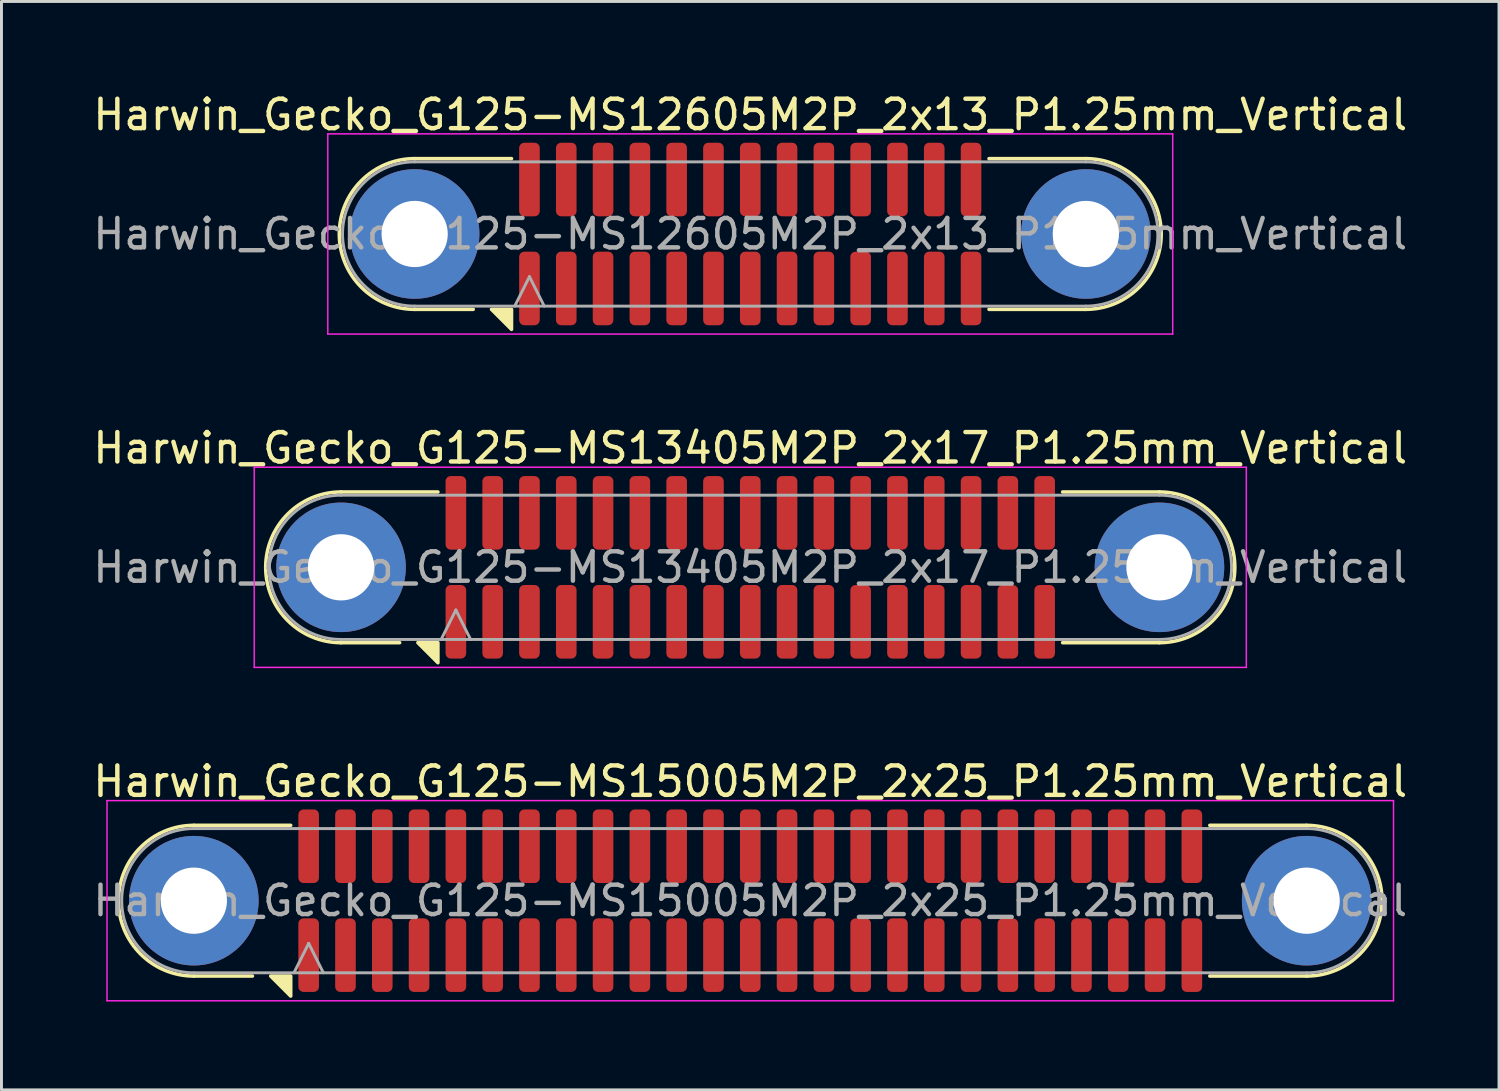
<source format=kicad_pcb>
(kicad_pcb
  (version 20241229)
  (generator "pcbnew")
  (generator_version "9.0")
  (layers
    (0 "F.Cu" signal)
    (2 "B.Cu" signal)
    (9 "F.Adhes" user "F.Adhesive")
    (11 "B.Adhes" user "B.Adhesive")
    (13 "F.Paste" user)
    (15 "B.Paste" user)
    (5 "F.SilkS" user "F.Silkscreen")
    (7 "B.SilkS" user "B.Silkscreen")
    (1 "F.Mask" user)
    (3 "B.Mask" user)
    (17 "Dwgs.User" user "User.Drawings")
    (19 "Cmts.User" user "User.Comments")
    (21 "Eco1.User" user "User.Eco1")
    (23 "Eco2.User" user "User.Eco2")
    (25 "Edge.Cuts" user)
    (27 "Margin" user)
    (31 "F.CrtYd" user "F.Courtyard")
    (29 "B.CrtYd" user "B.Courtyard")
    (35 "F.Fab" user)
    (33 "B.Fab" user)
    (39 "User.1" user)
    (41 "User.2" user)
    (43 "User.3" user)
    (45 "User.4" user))
  (footprint "Harwin_Gecko_G125-MS13405M2P_2x17_P1.25mm_Vertical"
    (layer "F.Cu")
    (at 22.435 16.221)
    (property "Reference" "Harwin_Gecko_G125-MS13405M2P_2x17_P1.25mm_Vertical" (at 0 -4.05 0) (layer "F.SilkS") (effects (font (size 1 1) (thickness 0.15))))
    (attr smd)
    (fp_line (start -11.91 2.56) (end -13.9 2.56) (stroke (width 0.12) (type solid)) (layer "F.SilkS"))
    (fp_line (start -10.61 -2.56) (end -13.9 -2.56) (stroke (width 0.12) (type solid)) (layer "F.SilkS"))
    (fp_line (start 10.61 -2.56) (end 13.9 -2.56) (stroke (width 0.12) (type solid)) (layer "F.SilkS"))
    (fp_line (start 10.61 2.56) (end 13.9 2.56) (stroke (width 0.12) (type solid)) (layer "F.SilkS"))
    (fp_arc (start -13.9 2.56) (mid -16.46 0) (end -13.9 -2.56) (stroke (width 0.12) (type solid)) (layer "F.SilkS"))
    (fp_arc (start 13.9 -2.56) (mid 16.46 0) (end 13.9 2.56) (stroke (width 0.12) (type solid)) (layer "F.SilkS"))
    (fp_poly (pts (xy -10.61 2.56) (xy -10.61 3.24) (xy -11.29 2.56)) (stroke (width 0.12) (type solid)) (fill yes) (layer "F.SilkS"))
    (fp_line (start -16.85 -3.4) (end -16.85 3.4) (stroke (width 0.05) (type solid)) (layer "F.CrtYd"))
    (fp_line (start -16.85 3.4) (end 16.85 3.4) (stroke (width 0.05) (type solid)) (layer "F.CrtYd"))
    (fp_line (start 16.85 -3.4) (end -16.85 -3.4) (stroke (width 0.05) (type solid)) (layer "F.CrtYd"))
    (fp_line (start 16.85 3.4) (end 16.85 -3.4) (stroke (width 0.05) (type solid)) (layer "F.CrtYd"))
    (fp_line (start -13.9 -2.45) (end 13.9 -2.45) (stroke (width 0.1) (type solid)) (layer "F.Fab"))
    (fp_line (start -13.9 2.45) (end 13.9 2.45) (stroke (width 0.1) (type solid)) (layer "F.Fab"))
    (fp_line (start -10.5 2.45) (end -10 1.45) (stroke (width 0.1) (type solid)) (layer "F.Fab"))
    (fp_line (start -10 1.45) (end -9.5 2.45) (stroke (width 0.1) (type solid)) (layer "F.Fab"))
    (fp_arc (start -13.9 2.45) (mid -16.35 0) (end -13.9 -2.45) (stroke (width 0.1) (type solid)) (layer "F.Fab"))
    (fp_arc (start 13.9 -2.45) (mid 16.35 0) (end 13.9 2.45) (stroke (width 0.1) (type solid)) (layer "F.Fab"))
    (fp_text user "${REFERENCE}" (at 0 0 0) (layer "F.Fab") (effects (font (size 1 1) (thickness 0.15))))
    (pad "1" smd roundrect (at -10 1.85) (size 0.7 2.5) (layers "F.Cu" "F.Mask" "F.Paste") (roundrect_rratio 0.25))
    (pad "2" smd roundrect (at -8.75 1.85) (size 0.7 2.5) (layers "F.Cu" "F.Mask" "F.Paste") (roundrect_rratio 0.25))
    (pad "3" smd roundrect (at -7.5 1.85) (size 0.7 2.5) (layers "F.Cu" "F.Mask" "F.Paste") (roundrect_rratio 0.25))
    (pad "4" smd roundrect (at -6.25 1.85) (size 0.7 2.5) (layers "F.Cu" "F.Mask" "F.Paste") (roundrect_rratio 0.25))
    (pad "5" smd roundrect (at -5 1.85) (size 0.7 2.5) (layers "F.Cu" "F.Mask" "F.Paste") (roundrect_rratio 0.25))
    (pad "6" smd roundrect (at -3.75 1.85) (size 0.7 2.5) (layers "F.Cu" "F.Mask" "F.Paste") (roundrect_rratio 0.25))
    (pad "7" smd roundrect (at -2.5 1.85) (size 0.7 2.5) (layers "F.Cu" "F.Mask" "F.Paste") (roundrect_rratio 0.25))
    (pad "8" smd roundrect (at -1.25 1.85) (size 0.7 2.5) (layers "F.Cu" "F.Mask" "F.Paste") (roundrect_rratio 0.25))
    (pad "9" smd roundrect (at 0 1.85) (size 0.7 2.5) (layers "F.Cu" "F.Mask" "F.Paste") (roundrect_rratio 0.25))
    (pad "10" smd roundrect (at 1.25 1.85) (size 0.7 2.5) (layers "F.Cu" "F.Mask" "F.Paste") (roundrect_rratio 0.25))
    (pad "11" smd roundrect (at 2.5 1.85) (size 0.7 2.5) (layers "F.Cu" "F.Mask" "F.Paste") (roundrect_rratio 0.25))
    (pad "12" smd roundrect (at 3.75 1.85) (size 0.7 2.5) (layers "F.Cu" "F.Mask" "F.Paste") (roundrect_rratio 0.25))
    (pad "13" smd roundrect (at 5 1.85) (size 0.7 2.5) (layers "F.Cu" "F.Mask" "F.Paste") (roundrect_rratio 0.25))
    (pad "14" smd roundrect (at 6.25 1.85) (size 0.7 2.5) (layers "F.Cu" "F.Mask" "F.Paste") (roundrect_rratio 0.25))
    (pad "15" smd roundrect (at 7.5 1.85) (size 0.7 2.5) (layers "F.Cu" "F.Mask" "F.Paste") (roundrect_rratio 0.25))
    (pad "16" smd roundrect (at 8.75 1.85) (size 0.7 2.5) (layers "F.Cu" "F.Mask" "F.Paste") (roundrect_rratio 0.25))
    (pad "17" smd roundrect (at 10 1.85) (size 0.7 2.5) (layers "F.Cu" "F.Mask" "F.Paste") (roundrect_rratio 0.25))
    (pad "18" smd roundrect (at -10 -1.85) (size 0.7 2.5) (layers "F.Cu" "F.Mask" "F.Paste") (roundrect_rratio 0.25))
    (pad "19" smd roundrect (at -8.75 -1.85) (size 0.7 2.5) (layers "F.Cu" "F.Mask" "F.Paste") (roundrect_rratio 0.25))
    (pad "20" smd roundrect (at -7.5 -1.85) (size 0.7 2.5) (layers "F.Cu" "F.Mask" "F.Paste") (roundrect_rratio 0.25))
    (pad "21" smd roundrect (at -6.25 -1.85) (size 0.7 2.5) (layers "F.Cu" "F.Mask" "F.Paste") (roundrect_rratio 0.25))
    (pad "22" smd roundrect (at -5 -1.85) (size 0.7 2.5) (layers "F.Cu" "F.Mask" "F.Paste") (roundrect_rratio 0.25))
    (pad "23" smd roundrect (at -3.75 -1.85) (size 0.7 2.5) (layers "F.Cu" "F.Mask" "F.Paste") (roundrect_rratio 0.25))
    (pad "24" smd roundrect (at -2.5 -1.85) (size 0.7 2.5) (layers "F.Cu" "F.Mask" "F.Paste") (roundrect_rratio 0.25))
    (pad "25" smd roundrect (at -1.25 -1.85) (size 0.7 2.5) (layers "F.Cu" "F.Mask" "F.Paste") (roundrect_rratio 0.25))
    (pad "26" smd roundrect (at 0 -1.85) (size 0.7 2.5) (layers "F.Cu" "F.Mask" "F.Paste") (roundrect_rratio 0.25))
    (pad "27" smd roundrect (at 1.25 -1.85) (size 0.7 2.5) (layers "F.Cu" "F.Mask" "F.Paste") (roundrect_rratio 0.25))
    (pad "28" smd roundrect (at 2.5 -1.85) (size 0.7 2.5) (layers "F.Cu" "F.Mask" "F.Paste") (roundrect_rratio 0.25))
    (pad "29" smd roundrect (at 3.75 -1.85) (size 0.7 2.5) (layers "F.Cu" "F.Mask" "F.Paste") (roundrect_rratio 0.25))
    (pad "30" smd roundrect (at 5 -1.85) (size 0.7 2.5) (layers "F.Cu" "F.Mask" "F.Paste") (roundrect_rratio 0.25))
    (pad "31" smd roundrect (at 6.25 -1.85) (size 0.7 2.5) (layers "F.Cu" "F.Mask" "F.Paste") (roundrect_rratio 0.25))
    (pad "32" smd roundrect (at 7.5 -1.85) (size 0.7 2.5) (layers "F.Cu" "F.Mask" "F.Paste") (roundrect_rratio 0.25))
    (pad "33" smd roundrect (at 8.75 -1.85) (size 0.7 2.5) (layers "F.Cu" "F.Mask" "F.Paste") (roundrect_rratio 0.25))
    (pad "34" smd roundrect (at 10 -1.85) (size 0.7 2.5) (layers "F.Cu" "F.Mask" "F.Paste") (roundrect_rratio 0.25))
    (pad "MP" thru_hole circle (at -13.9 0) (size 4.4 4.4) (drill 2.25) (layers "*.Cu" "*.Mask"))
    (pad "MP" thru_hole circle (at 13.9 0) (size 4.4 4.4) (drill 2.25) (layers "*.Cu" "*.Mask")))
  (footprint "Harwin_Gecko_G125-MS15005M2P_2x25_P1.25mm_Vertical"
    (layer "F.Cu")
    (at 22.435 27.545)
    (property "Reference" "Harwin_Gecko_G125-MS15005M2P_2x25_P1.25mm_Vertical" (at 0 -4.05 0) (layer "F.SilkS") (effects (font (size 1 1) (thickness 0.15))))
    (attr smd)
    (fp_line (start -16.91 2.56) (end -18.9 2.56) (stroke (width 0.12) (type solid)) (layer "F.SilkS"))
    (fp_line (start -15.61 -2.56) (end -18.9 -2.56) (stroke (width 0.12) (type solid)) (layer "F.SilkS"))
    (fp_line (start 15.61 -2.56) (end 18.9 -2.56) (stroke (width 0.12) (type solid)) (layer "F.SilkS"))
    (fp_line (start 15.61 2.56) (end 18.9 2.56) (stroke (width 0.12) (type solid)) (layer "F.SilkS"))
    (fp_arc (start -18.9 2.56) (mid -21.46 0) (end -18.9 -2.56) (stroke (width 0.12) (type solid)) (layer "F.SilkS"))
    (fp_arc (start 18.9 -2.56) (mid 21.46 0) (end 18.9 2.56) (stroke (width 0.12) (type solid)) (layer "F.SilkS"))
    (fp_poly (pts (xy -15.61 2.56) (xy -15.61 3.24) (xy -16.29 2.56)) (stroke (width 0.12) (type solid)) (fill yes) (layer "F.SilkS"))
    (fp_line (start -21.85 -3.4) (end -21.85 3.4) (stroke (width 0.05) (type solid)) (layer "F.CrtYd"))
    (fp_line (start -21.85 3.4) (end 21.85 3.4) (stroke (width 0.05) (type solid)) (layer "F.CrtYd"))
    (fp_line (start 21.85 -3.4) (end -21.85 -3.4) (stroke (width 0.05) (type solid)) (layer "F.CrtYd"))
    (fp_line (start 21.85 3.4) (end 21.85 -3.4) (stroke (width 0.05) (type solid)) (layer "F.CrtYd"))
    (fp_line (start -18.9 -2.45) (end 18.9 -2.45) (stroke (width 0.1) (type solid)) (layer "F.Fab"))
    (fp_line (start -18.9 2.45) (end 18.9 2.45) (stroke (width 0.1) (type solid)) (layer "F.Fab"))
    (fp_line (start -15.5 2.45) (end -15 1.45) (stroke (width 0.1) (type solid)) (layer "F.Fab"))
    (fp_line (start -15 1.45) (end -14.5 2.45) (stroke (width 0.1) (type solid)) (layer "F.Fab"))
    (fp_arc (start -18.9 2.45) (mid -21.35 0) (end -18.9 -2.45) (stroke (width 0.1) (type solid)) (layer "F.Fab"))
    (fp_arc (start 18.9 -2.45) (mid 21.35 0) (end 18.9 2.45) (stroke (width 0.1) (type solid)) (layer "F.Fab"))
    (fp_text user "${REFERENCE}" (at 0 0 0) (layer "F.Fab") (effects (font (size 1 1) (thickness 0.15))))
    (pad "1" smd roundrect (at -15 1.85) (size 0.7 2.5) (layers "F.Cu" "F.Mask" "F.Paste") (roundrect_rratio 0.25))
    (pad "2" smd roundrect (at -13.75 1.85) (size 0.7 2.5) (layers "F.Cu" "F.Mask" "F.Paste") (roundrect_rratio 0.25))
    (pad "3" smd roundrect (at -12.5 1.85) (size 0.7 2.5) (layers "F.Cu" "F.Mask" "F.Paste") (roundrect_rratio 0.25))
    (pad "4" smd roundrect (at -11.25 1.85) (size 0.7 2.5) (layers "F.Cu" "F.Mask" "F.Paste") (roundrect_rratio 0.25))
    (pad "5" smd roundrect (at -10 1.85) (size 0.7 2.5) (layers "F.Cu" "F.Mask" "F.Paste") (roundrect_rratio 0.25))
    (pad "6" smd roundrect (at -8.75 1.85) (size 0.7 2.5) (layers "F.Cu" "F.Mask" "F.Paste") (roundrect_rratio 0.25))
    (pad "7" smd roundrect (at -7.5 1.85) (size 0.7 2.5) (layers "F.Cu" "F.Mask" "F.Paste") (roundrect_rratio 0.25))
    (pad "8" smd roundrect (at -6.25 1.85) (size 0.7 2.5) (layers "F.Cu" "F.Mask" "F.Paste") (roundrect_rratio 0.25))
    (pad "9" smd roundrect (at -5 1.85) (size 0.7 2.5) (layers "F.Cu" "F.Mask" "F.Paste") (roundrect_rratio 0.25))
    (pad "10" smd roundrect (at -3.75 1.85) (size 0.7 2.5) (layers "F.Cu" "F.Mask" "F.Paste") (roundrect_rratio 0.25))
    (pad "11" smd roundrect (at -2.5 1.85) (size 0.7 2.5) (layers "F.Cu" "F.Mask" "F.Paste") (roundrect_rratio 0.25))
    (pad "12" smd roundrect (at -1.25 1.85) (size 0.7 2.5) (layers "F.Cu" "F.Mask" "F.Paste") (roundrect_rratio 0.25))
    (pad "13" smd roundrect (at 0 1.85) (size 0.7 2.5) (layers "F.Cu" "F.Mask" "F.Paste") (roundrect_rratio 0.25))
    (pad "14" smd roundrect (at 1.25 1.85) (size 0.7 2.5) (layers "F.Cu" "F.Mask" "F.Paste") (roundrect_rratio 0.25))
    (pad "15" smd roundrect (at 2.5 1.85) (size 0.7 2.5) (layers "F.Cu" "F.Mask" "F.Paste") (roundrect_rratio 0.25))
    (pad "16" smd roundrect (at 3.75 1.85) (size 0.7 2.5) (layers "F.Cu" "F.Mask" "F.Paste") (roundrect_rratio 0.25))
    (pad "17" smd roundrect (at 5 1.85) (size 0.7 2.5) (layers "F.Cu" "F.Mask" "F.Paste") (roundrect_rratio 0.25))
    (pad "18" smd roundrect (at 6.25 1.85) (size 0.7 2.5) (layers "F.Cu" "F.Mask" "F.Paste") (roundrect_rratio 0.25))
    (pad "19" smd roundrect (at 7.5 1.85) (size 0.7 2.5) (layers "F.Cu" "F.Mask" "F.Paste") (roundrect_rratio 0.25))
    (pad "20" smd roundrect (at 8.75 1.85) (size 0.7 2.5) (layers "F.Cu" "F.Mask" "F.Paste") (roundrect_rratio 0.25))
    (pad "21" smd roundrect (at 10 1.85) (size 0.7 2.5) (layers "F.Cu" "F.Mask" "F.Paste") (roundrect_rratio 0.25))
    (pad "22" smd roundrect (at 11.25 1.85) (size 0.7 2.5) (layers "F.Cu" "F.Mask" "F.Paste") (roundrect_rratio 0.25))
    (pad "23" smd roundrect (at 12.5 1.85) (size 0.7 2.5) (layers "F.Cu" "F.Mask" "F.Paste") (roundrect_rratio 0.25))
    (pad "24" smd roundrect (at 13.75 1.85) (size 0.7 2.5) (layers "F.Cu" "F.Mask" "F.Paste") (roundrect_rratio 0.25))
    (pad "25" smd roundrect (at 15 1.85) (size 0.7 2.5) (layers "F.Cu" "F.Mask" "F.Paste") (roundrect_rratio 0.25))
    (pad "26" smd roundrect (at -15 -1.85) (size 0.7 2.5) (layers "F.Cu" "F.Mask" "F.Paste") (roundrect_rratio 0.25))
    (pad "27" smd roundrect (at -13.75 -1.85) (size 0.7 2.5) (layers "F.Cu" "F.Mask" "F.Paste") (roundrect_rratio 0.25))
    (pad "28" smd roundrect (at -12.5 -1.85) (size 0.7 2.5) (layers "F.Cu" "F.Mask" "F.Paste") (roundrect_rratio 0.25))
    (pad "29" smd roundrect (at -11.25 -1.85) (size 0.7 2.5) (layers "F.Cu" "F.Mask" "F.Paste") (roundrect_rratio 0.25))
    (pad "30" smd roundrect (at -10 -1.85) (size 0.7 2.5) (layers "F.Cu" "F.Mask" "F.Paste") (roundrect_rratio 0.25))
    (pad "31" smd roundrect (at -8.75 -1.85) (size 0.7 2.5) (layers "F.Cu" "F.Mask" "F.Paste") (roundrect_rratio 0.25))
    (pad "32" smd roundrect (at -7.5 -1.85) (size 0.7 2.5) (layers "F.Cu" "F.Mask" "F.Paste") (roundrect_rratio 0.25))
    (pad "33" smd roundrect (at -6.25 -1.85) (size 0.7 2.5) (layers "F.Cu" "F.Mask" "F.Paste") (roundrect_rratio 0.25))
    (pad "34" smd roundrect (at -5 -1.85) (size 0.7 2.5) (layers "F.Cu" "F.Mask" "F.Paste") (roundrect_rratio 0.25))
    (pad "35" smd roundrect (at -3.75 -1.85) (size 0.7 2.5) (layers "F.Cu" "F.Mask" "F.Paste") (roundrect_rratio 0.25))
    (pad "36" smd roundrect (at -2.5 -1.85) (size 0.7 2.5) (layers "F.Cu" "F.Mask" "F.Paste") (roundrect_rratio 0.25))
    (pad "37" smd roundrect (at -1.25 -1.85) (size 0.7 2.5) (layers "F.Cu" "F.Mask" "F.Paste") (roundrect_rratio 0.25))
    (pad "38" smd roundrect (at 0 -1.85) (size 0.7 2.5) (layers "F.Cu" "F.Mask" "F.Paste") (roundrect_rratio 0.25))
    (pad "39" smd roundrect (at 1.25 -1.85) (size 0.7 2.5) (layers "F.Cu" "F.Mask" "F.Paste") (roundrect_rratio 0.25))
    (pad "40" smd roundrect (at 2.5 -1.85) (size 0.7 2.5) (layers "F.Cu" "F.Mask" "F.Paste") (roundrect_rratio 0.25))
    (pad "41" smd roundrect (at 3.75 -1.85) (size 0.7 2.5) (layers "F.Cu" "F.Mask" "F.Paste") (roundrect_rratio 0.25))
    (pad "42" smd roundrect (at 5 -1.85) (size 0.7 2.5) (layers "F.Cu" "F.Mask" "F.Paste") (roundrect_rratio 0.25))
    (pad "43" smd roundrect (at 6.25 -1.85) (size 0.7 2.5) (layers "F.Cu" "F.Mask" "F.Paste") (roundrect_rratio 0.25))
    (pad "44" smd roundrect (at 7.5 -1.85) (size 0.7 2.5) (layers "F.Cu" "F.Mask" "F.Paste") (roundrect_rratio 0.25))
    (pad "45" smd roundrect (at 8.75 -1.85) (size 0.7 2.5) (layers "F.Cu" "F.Mask" "F.Paste") (roundrect_rratio 0.25))
    (pad "46" smd roundrect (at 10 -1.85) (size 0.7 2.5) (layers "F.Cu" "F.Mask" "F.Paste") (roundrect_rratio 0.25))
    (pad "47" smd roundrect (at 11.25 -1.85) (size 0.7 2.5) (layers "F.Cu" "F.Mask" "F.Paste") (roundrect_rratio 0.25))
    (pad "48" smd roundrect (at 12.5 -1.85) (size 0.7 2.5) (layers "F.Cu" "F.Mask" "F.Paste") (roundrect_rratio 0.25))
    (pad "49" smd roundrect (at 13.75 -1.85) (size 0.7 2.5) (layers "F.Cu" "F.Mask" "F.Paste") (roundrect_rratio 0.25))
    (pad "50" smd roundrect (at 15 -1.85) (size 0.7 2.5) (layers "F.Cu" "F.Mask" "F.Paste") (roundrect_rratio 0.25))
    (pad "MP" thru_hole circle (at -18.9 0) (size 4.4 4.4) (drill 2.25) (layers "*.Cu" "*.Mask"))
    (pad "MP" thru_hole circle (at 18.9 0) (size 4.4 4.4) (drill 2.25) (layers "*.Cu" "*.Mask")))
  (footprint "Harwin_Gecko_G125-MS12605M2P_2x13_P1.25mm_Vertical"
    (layer "F.Cu")
    (at 22.435 4.898)
    (property "Reference" "Harwin_Gecko_G125-MS12605M2P_2x13_P1.25mm_Vertical" (at 0 -4.05 0) (layer "F.SilkS") (effects (font (size 1 1) (thickness 0.15))))
    (attr smd)
    (fp_line (start -9.41 2.56) (end -11.4 2.56) (stroke (width 0.12) (type solid)) (layer "F.SilkS"))
    (fp_line (start -8.11 -2.56) (end -11.4 -2.56) (stroke (width 0.12) (type solid)) (layer "F.SilkS"))
    (fp_line (start 8.11 -2.56) (end 11.4 -2.56) (stroke (width 0.12) (type solid)) (layer "F.SilkS"))
    (fp_line (start 8.11 2.56) (end 11.4 2.56) (stroke (width 0.12) (type solid)) (layer "F.SilkS"))
    (fp_arc (start -11.4 2.56) (mid -13.96 0) (end -11.4 -2.56) (stroke (width 0.12) (type solid)) (layer "F.SilkS"))
    (fp_arc (start 11.4 -2.56) (mid 13.96 0) (end 11.4 2.56) (stroke (width 0.12) (type solid)) (layer "F.SilkS"))
    (fp_poly (pts (xy -8.11 2.56) (xy -8.11 3.24) (xy -8.79 2.56)) (stroke (width 0.12) (type solid)) (fill yes) (layer "F.SilkS"))
    (fp_line (start -14.35 -3.4) (end -14.35 3.4) (stroke (width 0.05) (type solid)) (layer "F.CrtYd"))
    (fp_line (start -14.35 3.4) (end 14.35 3.4) (stroke (width 0.05) (type solid)) (layer "F.CrtYd"))
    (fp_line (start 14.35 -3.4) (end -14.35 -3.4) (stroke (width 0.05) (type solid)) (layer "F.CrtYd"))
    (fp_line (start 14.35 3.4) (end 14.35 -3.4) (stroke (width 0.05) (type solid)) (layer "F.CrtYd"))
    (fp_line (start -11.4 -2.45) (end 11.4 -2.45) (stroke (width 0.1) (type solid)) (layer "F.Fab"))
    (fp_line (start -11.4 2.45) (end 11.4 2.45) (stroke (width 0.1) (type solid)) (layer "F.Fab"))
    (fp_line (start -8 2.45) (end -7.5 1.45) (stroke (width 0.1) (type solid)) (layer "F.Fab"))
    (fp_line (start -7.5 1.45) (end -7 2.45) (stroke (width 0.1) (type solid)) (layer "F.Fab"))
    (fp_arc (start -11.4 2.45) (mid -13.85 0) (end -11.4 -2.45) (stroke (width 0.1) (type solid)) (layer "F.Fab"))
    (fp_arc (start 11.4 -2.45) (mid 13.85 0) (end 11.4 2.45) (stroke (width 0.1) (type solid)) (layer "F.Fab"))
    (fp_text user "${REFERENCE}" (at 0 0 0) (layer "F.Fab") (effects (font (size 1 1) (thickness 0.15))))
    (pad "1" smd roundrect (at -7.5 1.85) (size 0.7 2.5) (layers "F.Cu" "F.Mask" "F.Paste") (roundrect_rratio 0.25))
    (pad "2" smd roundrect (at -6.25 1.85) (size 0.7 2.5) (layers "F.Cu" "F.Mask" "F.Paste") (roundrect_rratio 0.25))
    (pad "3" smd roundrect (at -5 1.85) (size 0.7 2.5) (layers "F.Cu" "F.Mask" "F.Paste") (roundrect_rratio 0.25))
    (pad "4" smd roundrect (at -3.75 1.85) (size 0.7 2.5) (layers "F.Cu" "F.Mask" "F.Paste") (roundrect_rratio 0.25))
    (pad "5" smd roundrect (at -2.5 1.85) (size 0.7 2.5) (layers "F.Cu" "F.Mask" "F.Paste") (roundrect_rratio 0.25))
    (pad "6" smd roundrect (at -1.25 1.85) (size 0.7 2.5) (layers "F.Cu" "F.Mask" "F.Paste") (roundrect_rratio 0.25))
    (pad "7" smd roundrect (at 0 1.85) (size 0.7 2.5) (layers "F.Cu" "F.Mask" "F.Paste") (roundrect_rratio 0.25))
    (pad "8" smd roundrect (at 1.25 1.85) (size 0.7 2.5) (layers "F.Cu" "F.Mask" "F.Paste") (roundrect_rratio 0.25))
    (pad "9" smd roundrect (at 2.5 1.85) (size 0.7 2.5) (layers "F.Cu" "F.Mask" "F.Paste") (roundrect_rratio 0.25))
    (pad "10" smd roundrect (at 3.75 1.85) (size 0.7 2.5) (layers "F.Cu" "F.Mask" "F.Paste") (roundrect_rratio 0.25))
    (pad "11" smd roundrect (at 5 1.85) (size 0.7 2.5) (layers "F.Cu" "F.Mask" "F.Paste") (roundrect_rratio 0.25))
    (pad "12" smd roundrect (at 6.25 1.85) (size 0.7 2.5) (layers "F.Cu" "F.Mask" "F.Paste") (roundrect_rratio 0.25))
    (pad "13" smd roundrect (at 7.5 1.85) (size 0.7 2.5) (layers "F.Cu" "F.Mask" "F.Paste") (roundrect_rratio 0.25))
    (pad "14" smd roundrect (at -7.5 -1.85) (size 0.7 2.5) (layers "F.Cu" "F.Mask" "F.Paste") (roundrect_rratio 0.25))
    (pad "15" smd roundrect (at -6.25 -1.85) (size 0.7 2.5) (layers "F.Cu" "F.Mask" "F.Paste") (roundrect_rratio 0.25))
    (pad "16" smd roundrect (at -5 -1.85) (size 0.7 2.5) (layers "F.Cu" "F.Mask" "F.Paste") (roundrect_rratio 0.25))
    (pad "17" smd roundrect (at -3.75 -1.85) (size 0.7 2.5) (layers "F.Cu" "F.Mask" "F.Paste") (roundrect_rratio 0.25))
    (pad "18" smd roundrect (at -2.5 -1.85) (size 0.7 2.5) (layers "F.Cu" "F.Mask" "F.Paste") (roundrect_rratio 0.25))
    (pad "19" smd roundrect (at -1.25 -1.85) (size 0.7 2.5) (layers "F.Cu" "F.Mask" "F.Paste") (roundrect_rratio 0.25))
    (pad "20" smd roundrect (at 0 -1.85) (size 0.7 2.5) (layers "F.Cu" "F.Mask" "F.Paste") (roundrect_rratio 0.25))
    (pad "21" smd roundrect (at 1.25 -1.85) (size 0.7 2.5) (layers "F.Cu" "F.Mask" "F.Paste") (roundrect_rratio 0.25))
    (pad "22" smd roundrect (at 2.5 -1.85) (size 0.7 2.5) (layers "F.Cu" "F.Mask" "F.Paste") (roundrect_rratio 0.25))
    (pad "23" smd roundrect (at 3.75 -1.85) (size 0.7 2.5) (layers "F.Cu" "F.Mask" "F.Paste") (roundrect_rratio 0.25))
    (pad "24" smd roundrect (at 5 -1.85) (size 0.7 2.5) (layers "F.Cu" "F.Mask" "F.Paste") (roundrect_rratio 0.25))
    (pad "25" smd roundrect (at 6.25 -1.85) (size 0.7 2.5) (layers "F.Cu" "F.Mask" "F.Paste") (roundrect_rratio 0.25))
    (pad "26" smd roundrect (at 7.5 -1.85) (size 0.7 2.5) (layers "F.Cu" "F.Mask" "F.Paste") (roundrect_rratio 0.25))
    (pad "MP" thru_hole circle (at -11.4 0) (size 4.4 4.4) (drill 2.25) (layers "*.Cu" "*.Mask"))
    (pad "MP" thru_hole circle (at 11.4 0) (size 4.4 4.4) (drill 2.25) (layers "*.Cu" "*.Mask")))
  (gr_rect
    (start -3 -3)
    (end 47.869 33.97)
    (stroke (width 0.1) (type default))
    (fill no)
    (layer "Edge.Cuts")))
</source>
